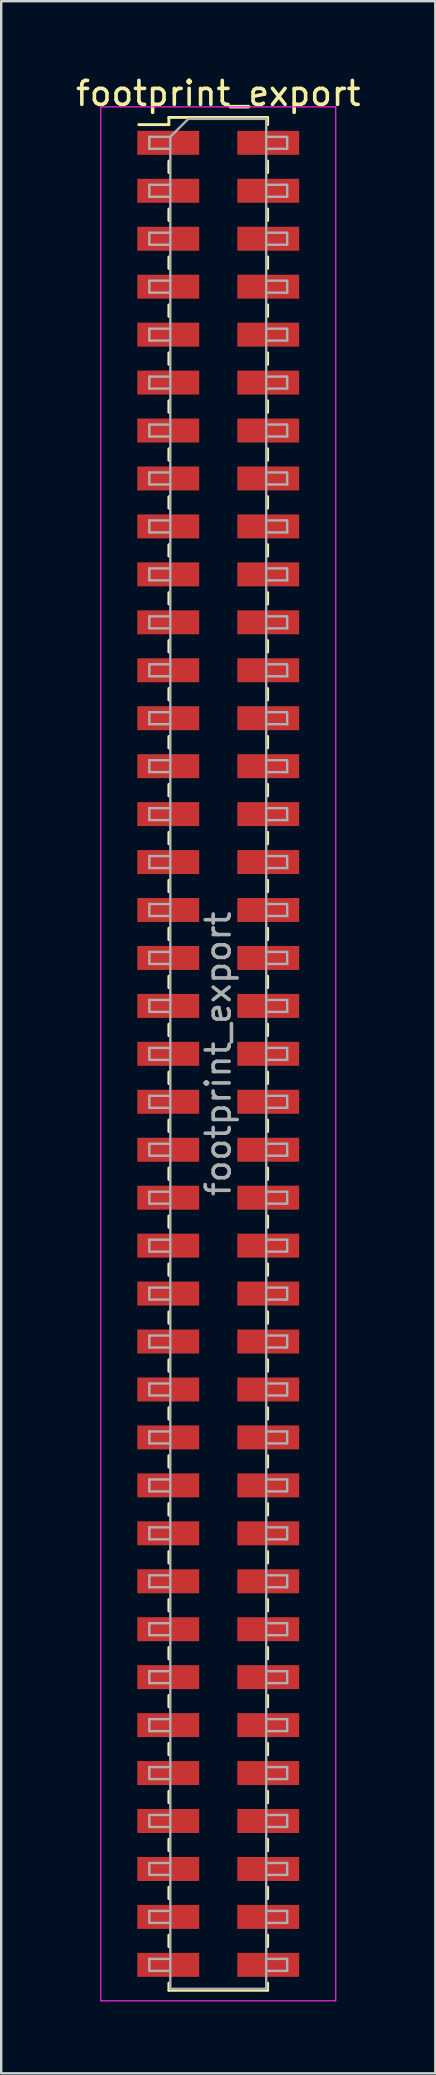
<source format=kicad_pcb>
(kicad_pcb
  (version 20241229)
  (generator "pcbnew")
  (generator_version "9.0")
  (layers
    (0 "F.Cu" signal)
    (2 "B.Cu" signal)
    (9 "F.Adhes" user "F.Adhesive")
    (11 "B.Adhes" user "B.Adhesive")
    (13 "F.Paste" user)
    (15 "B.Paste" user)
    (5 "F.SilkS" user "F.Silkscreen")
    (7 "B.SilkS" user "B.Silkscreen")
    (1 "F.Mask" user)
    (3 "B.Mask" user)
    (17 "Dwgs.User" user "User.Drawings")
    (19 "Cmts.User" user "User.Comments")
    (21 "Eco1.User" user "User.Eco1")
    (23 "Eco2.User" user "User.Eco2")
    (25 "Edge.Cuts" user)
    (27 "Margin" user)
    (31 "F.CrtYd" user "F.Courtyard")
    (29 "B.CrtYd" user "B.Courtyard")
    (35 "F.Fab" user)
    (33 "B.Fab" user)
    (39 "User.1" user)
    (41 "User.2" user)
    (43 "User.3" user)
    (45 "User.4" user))
  (footprint "footprint_export"
    (layer "F.Cu")
    (at 6.054 40.908)
    (property "Reference" "footprint_export" (at 0 -40.06 0) (layer "F.SilkS") (effects (font (size 1 1) (thickness 0.15))))
    (attr smd)
    (fp_line (start -3.315 -38.76) (end -2.06 -38.76) (stroke (width 0.12) (type solid)) (layer "F.SilkS"))
    (fp_line (start -2.06 -39.06) (end -2.06 -38.76) (stroke (width 0.12) (type solid)) (layer "F.SilkS"))
    (fp_line (start -2.06 -39.06) (end 2.06 -39.06) (stroke (width 0.12) (type solid)) (layer "F.SilkS"))
    (fp_line (start -2.06 -37.24) (end -2.06 -36.76) (stroke (width 0.12) (type solid)) (layer "F.SilkS"))
    (fp_line (start -2.06 -35.24) (end -2.06 -34.76) (stroke (width 0.12) (type solid)) (layer "F.SilkS"))
    (fp_line (start -2.06 -33.24) (end -2.06 -32.76) (stroke (width 0.12) (type solid)) (layer "F.SilkS"))
    (fp_line (start -2.06 -31.24) (end -2.06 -30.76) (stroke (width 0.12) (type solid)) (layer "F.SilkS"))
    (fp_line (start -2.06 -29.24) (end -2.06 -28.76) (stroke (width 0.12) (type solid)) (layer "F.SilkS"))
    (fp_line (start -2.06 -27.24) (end -2.06 -26.76) (stroke (width 0.12) (type solid)) (layer "F.SilkS"))
    (fp_line (start -2.06 -25.24) (end -2.06 -24.76) (stroke (width 0.12) (type solid)) (layer "F.SilkS"))
    (fp_line (start -2.06 -23.24) (end -2.06 -22.76) (stroke (width 0.12) (type solid)) (layer "F.SilkS"))
    (fp_line (start -2.06 -21.24) (end -2.06 -20.76) (stroke (width 0.12) (type solid)) (layer "F.SilkS"))
    (fp_line (start -2.06 -19.24) (end -2.06 -18.76) (stroke (width 0.12) (type solid)) (layer "F.SilkS"))
    (fp_line (start -2.06 -17.24) (end -2.06 -16.76) (stroke (width 0.12) (type solid)) (layer "F.SilkS"))
    (fp_line (start -2.06 -15.24) (end -2.06 -14.76) (stroke (width 0.12) (type solid)) (layer "F.SilkS"))
    (fp_line (start -2.06 -13.24) (end -2.06 -12.76) (stroke (width 0.12) (type solid)) (layer "F.SilkS"))
    (fp_line (start -2.06 -11.24) (end -2.06 -10.76) (stroke (width 0.12) (type solid)) (layer "F.SilkS"))
    (fp_line (start -2.06 -9.24) (end -2.06 -8.76) (stroke (width 0.12) (type solid)) (layer "F.SilkS"))
    (fp_line (start -2.06 -7.24) (end -2.06 -6.76) (stroke (width 0.12) (type solid)) (layer "F.SilkS"))
    (fp_line (start -2.06 -5.24) (end -2.06 -4.76) (stroke (width 0.12) (type solid)) (layer "F.SilkS"))
    (fp_line (start -2.06 -3.24) (end -2.06 -2.76) (stroke (width 0.12) (type solid)) (layer "F.SilkS"))
    (fp_line (start -2.06 -1.24) (end -2.06 -0.76) (stroke (width 0.12) (type solid)) (layer "F.SilkS"))
    (fp_line (start -2.06 0.76) (end -2.06 1.24) (stroke (width 0.12) (type solid)) (layer "F.SilkS"))
    (fp_line (start -2.06 2.76) (end -2.06 3.24) (stroke (width 0.12) (type solid)) (layer "F.SilkS"))
    (fp_line (start -2.06 4.76) (end -2.06 5.24) (stroke (width 0.12) (type solid)) (layer "F.SilkS"))
    (fp_line (start -2.06 6.76) (end -2.06 7.24) (stroke (width 0.12) (type solid)) (layer "F.SilkS"))
    (fp_line (start -2.06 8.76) (end -2.06 9.24) (stroke (width 0.12) (type solid)) (layer "F.SilkS"))
    (fp_line (start -2.06 10.76) (end -2.06 11.24) (stroke (width 0.12) (type solid)) (layer "F.SilkS"))
    (fp_line (start -2.06 12.76) (end -2.06 13.24) (stroke (width 0.12) (type solid)) (layer "F.SilkS"))
    (fp_line (start -2.06 14.76) (end -2.06 15.24) (stroke (width 0.12) (type solid)) (layer "F.SilkS"))
    (fp_line (start -2.06 16.76) (end -2.06 17.24) (stroke (width 0.12) (type solid)) (layer "F.SilkS"))
    (fp_line (start -2.06 18.76) (end -2.06 19.24) (stroke (width 0.12) (type solid)) (layer "F.SilkS"))
    (fp_line (start -2.06 20.76) (end -2.06 21.24) (stroke (width 0.12) (type solid)) (layer "F.SilkS"))
    (fp_line (start -2.06 22.76) (end -2.06 23.24) (stroke (width 0.12) (type solid)) (layer "F.SilkS"))
    (fp_line (start -2.06 24.76) (end -2.06 25.24) (stroke (width 0.12) (type solid)) (layer "F.SilkS"))
    (fp_line (start -2.06 26.76) (end -2.06 27.24) (stroke (width 0.12) (type solid)) (layer "F.SilkS"))
    (fp_line (start -2.06 28.76) (end -2.06 29.24) (stroke (width 0.12) (type solid)) (layer "F.SilkS"))
    (fp_line (start -2.06 30.76) (end -2.06 31.24) (stroke (width 0.12) (type solid)) (layer "F.SilkS"))
    (fp_line (start -2.06 32.76) (end -2.06 33.24) (stroke (width 0.12) (type solid)) (layer "F.SilkS"))
    (fp_line (start -2.06 34.76) (end -2.06 35.24) (stroke (width 0.12) (type solid)) (layer "F.SilkS"))
    (fp_line (start -2.06 36.76) (end -2.06 37.24) (stroke (width 0.12) (type solid)) (layer "F.SilkS"))
    (fp_line (start -2.06 38.76) (end -2.06 39.06) (stroke (width 0.12) (type solid)) (layer "F.SilkS"))
    (fp_line (start -2.06 39.06) (end 2.06 39.06) (stroke (width 0.12) (type solid)) (layer "F.SilkS"))
    (fp_line (start 2.06 -39.06) (end 2.06 -38.76) (stroke (width 0.12) (type solid)) (layer "F.SilkS"))
    (fp_line (start 2.06 -37.24) (end 2.06 -36.76) (stroke (width 0.12) (type solid)) (layer "F.SilkS"))
    (fp_line (start 2.06 -35.24) (end 2.06 -34.76) (stroke (width 0.12) (type solid)) (layer "F.SilkS"))
    (fp_line (start 2.06 -33.24) (end 2.06 -32.76) (stroke (width 0.12) (type solid)) (layer "F.SilkS"))
    (fp_line (start 2.06 -31.24) (end 2.06 -30.76) (stroke (width 0.12) (type solid)) (layer "F.SilkS"))
    (fp_line (start 2.06 -29.24) (end 2.06 -28.76) (stroke (width 0.12) (type solid)) (layer "F.SilkS"))
    (fp_line (start 2.06 -27.24) (end 2.06 -26.76) (stroke (width 0.12) (type solid)) (layer "F.SilkS"))
    (fp_line (start 2.06 -25.24) (end 2.06 -24.76) (stroke (width 0.12) (type solid)) (layer "F.SilkS"))
    (fp_line (start 2.06 -23.24) (end 2.06 -22.76) (stroke (width 0.12) (type solid)) (layer "F.SilkS"))
    (fp_line (start 2.06 -21.24) (end 2.06 -20.76) (stroke (width 0.12) (type solid)) (layer "F.SilkS"))
    (fp_line (start 2.06 -19.24) (end 2.06 -18.76) (stroke (width 0.12) (type solid)) (layer "F.SilkS"))
    (fp_line (start 2.06 -17.24) (end 2.06 -16.76) (stroke (width 0.12) (type solid)) (layer "F.SilkS"))
    (fp_line (start 2.06 -15.24) (end 2.06 -14.76) (stroke (width 0.12) (type solid)) (layer "F.SilkS"))
    (fp_line (start 2.06 -13.24) (end 2.06 -12.76) (stroke (width 0.12) (type solid)) (layer "F.SilkS"))
    (fp_line (start 2.06 -11.24) (end 2.06 -10.76) (stroke (width 0.12) (type solid)) (layer "F.SilkS"))
    (fp_line (start 2.06 -9.24) (end 2.06 -8.76) (stroke (width 0.12) (type solid)) (layer "F.SilkS"))
    (fp_line (start 2.06 -7.24) (end 2.06 -6.76) (stroke (width 0.12) (type solid)) (layer "F.SilkS"))
    (fp_line (start 2.06 -5.24) (end 2.06 -4.76) (stroke (width 0.12) (type solid)) (layer "F.SilkS"))
    (fp_line (start 2.06 -3.24) (end 2.06 -2.76) (stroke (width 0.12) (type solid)) (layer "F.SilkS"))
    (fp_line (start 2.06 -1.24) (end 2.06 -0.76) (stroke (width 0.12) (type solid)) (layer "F.SilkS"))
    (fp_line (start 2.06 0.76) (end 2.06 1.24) (stroke (width 0.12) (type solid)) (layer "F.SilkS"))
    (fp_line (start 2.06 2.76) (end 2.06 3.24) (stroke (width 0.12) (type solid)) (layer "F.SilkS"))
    (fp_line (start 2.06 4.76) (end 2.06 5.24) (stroke (width 0.12) (type solid)) (layer "F.SilkS"))
    (fp_line (start 2.06 6.76) (end 2.06 7.24) (stroke (width 0.12) (type solid)) (layer "F.SilkS"))
    (fp_line (start 2.06 8.76) (end 2.06 9.24) (stroke (width 0.12) (type solid)) (layer "F.SilkS"))
    (fp_line (start 2.06 10.76) (end 2.06 11.24) (stroke (width 0.12) (type solid)) (layer "F.SilkS"))
    (fp_line (start 2.06 12.76) (end 2.06 13.24) (stroke (width 0.12) (type solid)) (layer "F.SilkS"))
    (fp_line (start 2.06 14.76) (end 2.06 15.24) (stroke (width 0.12) (type solid)) (layer "F.SilkS"))
    (fp_line (start 2.06 16.76) (end 2.06 17.24) (stroke (width 0.12) (type solid)) (layer "F.SilkS"))
    (fp_line (start 2.06 18.76) (end 2.06 19.24) (stroke (width 0.12) (type solid)) (layer "F.SilkS"))
    (fp_line (start 2.06 20.76) (end 2.06 21.24) (stroke (width 0.12) (type solid)) (layer "F.SilkS"))
    (fp_line (start 2.06 22.76) (end 2.06 23.24) (stroke (width 0.12) (type solid)) (layer "F.SilkS"))
    (fp_line (start 2.06 24.76) (end 2.06 25.24) (stroke (width 0.12) (type solid)) (layer "F.SilkS"))
    (fp_line (start 2.06 26.76) (end 2.06 27.24) (stroke (width 0.12) (type solid)) (layer "F.SilkS"))
    (fp_line (start 2.06 28.76) (end 2.06 29.24) (stroke (width 0.12) (type solid)) (layer "F.SilkS"))
    (fp_line (start 2.06 30.76) (end 2.06 31.24) (stroke (width 0.12) (type solid)) (layer "F.SilkS"))
    (fp_line (start 2.06 32.76) (end 2.06 33.24) (stroke (width 0.12) (type solid)) (layer "F.SilkS"))
    (fp_line (start 2.06 34.76) (end 2.06 35.24) (stroke (width 0.12) (type solid)) (layer "F.SilkS"))
    (fp_line (start 2.06 36.76) (end 2.06 37.24) (stroke (width 0.12) (type solid)) (layer "F.SilkS"))
    (fp_line (start 2.06 38.76) (end 2.06 39.06) (stroke (width 0.12) (type solid)) (layer "F.SilkS"))
    (fp_line (start -4.9 -39.5) (end -4.9 39.5) (stroke (width 0.05) (type solid)) (layer "F.CrtYd"))
    (fp_line (start -4.9 39.5) (end 4.9 39.5) (stroke (width 0.05) (type solid)) (layer "F.CrtYd"))
    (fp_line (start 4.9 -39.5) (end -4.9 -39.5) (stroke (width 0.05) (type solid)) (layer "F.CrtYd"))
    (fp_line (start 4.9 39.5) (end 4.9 -39.5) (stroke (width 0.05) (type solid)) (layer "F.CrtYd"))
    (fp_line (start -2.875 -38.25) (end -2.875 -37.75) (stroke (width 0.1) (type solid)) (layer "F.Fab"))
    (fp_line (start -2.875 -37.75) (end -2 -37.75) (stroke (width 0.1) (type solid)) (layer "F.Fab"))
    (fp_line (start -2.875 -36.25) (end -2.875 -35.75) (stroke (width 0.1) (type solid)) (layer "F.Fab"))
    (fp_line (start -2.875 -35.75) (end -2 -35.75) (stroke (width 0.1) (type solid)) (layer "F.Fab"))
    (fp_line (start -2.875 -34.25) (end -2.875 -33.75) (stroke (width 0.1) (type solid)) (layer "F.Fab"))
    (fp_line (start -2.875 -33.75) (end -2 -33.75) (stroke (width 0.1) (type solid)) (layer "F.Fab"))
    (fp_line (start -2.875 -32.25) (end -2.875 -31.75) (stroke (width 0.1) (type solid)) (layer "F.Fab"))
    (fp_line (start -2.875 -31.75) (end -2 -31.75) (stroke (width 0.1) (type solid)) (layer "F.Fab"))
    (fp_line (start -2.875 -30.25) (end -2.875 -29.75) (stroke (width 0.1) (type solid)) (layer "F.Fab"))
    (fp_line (start -2.875 -29.75) (end -2 -29.75) (stroke (width 0.1) (type solid)) (layer "F.Fab"))
    (fp_line (start -2.875 -28.25) (end -2.875 -27.75) (stroke (width 0.1) (type solid)) (layer "F.Fab"))
    (fp_line (start -2.875 -27.75) (end -2 -27.75) (stroke (width 0.1) (type solid)) (layer "F.Fab"))
    (fp_line (start -2.875 -26.25) (end -2.875 -25.75) (stroke (width 0.1) (type solid)) (layer "F.Fab"))
    (fp_line (start -2.875 -25.75) (end -2 -25.75) (stroke (width 0.1) (type solid)) (layer "F.Fab"))
    (fp_line (start -2.875 -24.25) (end -2.875 -23.75) (stroke (width 0.1) (type solid)) (layer "F.Fab"))
    (fp_line (start -2.875 -23.75) (end -2 -23.75) (stroke (width 0.1) (type solid)) (layer "F.Fab"))
    (fp_line (start -2.875 -22.25) (end -2.875 -21.75) (stroke (width 0.1) (type solid)) (layer "F.Fab"))
    (fp_line (start -2.875 -21.75) (end -2 -21.75) (stroke (width 0.1) (type solid)) (layer "F.Fab"))
    (fp_line (start -2.875 -20.25) (end -2.875 -19.75) (stroke (width 0.1) (type solid)) (layer "F.Fab"))
    (fp_line (start -2.875 -19.75) (end -2 -19.75) (stroke (width 0.1) (type solid)) (layer "F.Fab"))
    (fp_line (start -2.875 -18.25) (end -2.875 -17.75) (stroke (width 0.1) (type solid)) (layer "F.Fab"))
    (fp_line (start -2.875 -17.75) (end -2 -17.75) (stroke (width 0.1) (type solid)) (layer "F.Fab"))
    (fp_line (start -2.875 -16.25) (end -2.875 -15.75) (stroke (width 0.1) (type solid)) (layer "F.Fab"))
    (fp_line (start -2.875 -15.75) (end -2 -15.75) (stroke (width 0.1) (type solid)) (layer "F.Fab"))
    (fp_line (start -2.875 -14.25) (end -2.875 -13.75) (stroke (width 0.1) (type solid)) (layer "F.Fab"))
    (fp_line (start -2.875 -13.75) (end -2 -13.75) (stroke (width 0.1) (type solid)) (layer "F.Fab"))
    (fp_line (start -2.875 -12.25) (end -2.875 -11.75) (stroke (width 0.1) (type solid)) (layer "F.Fab"))
    (fp_line (start -2.875 -11.75) (end -2 -11.75) (stroke (width 0.1) (type solid)) (layer "F.Fab"))
    (fp_line (start -2.875 -10.25) (end -2.875 -9.75) (stroke (width 0.1) (type solid)) (layer "F.Fab"))
    (fp_line (start -2.875 -9.75) (end -2 -9.75) (stroke (width 0.1) (type solid)) (layer "F.Fab"))
    (fp_line (start -2.875 -8.25) (end -2.875 -7.75) (stroke (width 0.1) (type solid)) (layer "F.Fab"))
    (fp_line (start -2.875 -7.75) (end -2 -7.75) (stroke (width 0.1) (type solid)) (layer "F.Fab"))
    (fp_line (start -2.875 -6.25) (end -2.875 -5.75) (stroke (width 0.1) (type solid)) (layer "F.Fab"))
    (fp_line (start -2.875 -5.75) (end -2 -5.75) (stroke (width 0.1) (type solid)) (layer "F.Fab"))
    (fp_line (start -2.875 -4.25) (end -2.875 -3.75) (stroke (width 0.1) (type solid)) (layer "F.Fab"))
    (fp_line (start -2.875 -3.75) (end -2 -3.75) (stroke (width 0.1) (type solid)) (layer "F.Fab"))
    (fp_line (start -2.875 -2.25) (end -2.875 -1.75) (stroke (width 0.1) (type solid)) (layer "F.Fab"))
    (fp_line (start -2.875 -1.75) (end -2 -1.75) (stroke (width 0.1) (type solid)) (layer "F.Fab"))
    (fp_line (start -2.875 -0.25) (end -2.875 0.25) (stroke (width 0.1) (type solid)) (layer "F.Fab"))
    (fp_line (start -2.875 0.25) (end -2 0.25) (stroke (width 0.1) (type solid)) (layer "F.Fab"))
    (fp_line (start -2.875 1.75) (end -2.875 2.25) (stroke (width 0.1) (type solid)) (layer "F.Fab"))
    (fp_line (start -2.875 2.25) (end -2 2.25) (stroke (width 0.1) (type solid)) (layer "F.Fab"))
    (fp_line (start -2.875 3.75) (end -2.875 4.25) (stroke (width 0.1) (type solid)) (layer "F.Fab"))
    (fp_line (start -2.875 4.25) (end -2 4.25) (stroke (width 0.1) (type solid)) (layer "F.Fab"))
    (fp_line (start -2.875 5.75) (end -2.875 6.25) (stroke (width 0.1) (type solid)) (layer "F.Fab"))
    (fp_line (start -2.875 6.25) (end -2 6.25) (stroke (width 0.1) (type solid)) (layer "F.Fab"))
    (fp_line (start -2.875 7.75) (end -2.875 8.25) (stroke (width 0.1) (type solid)) (layer "F.Fab"))
    (fp_line (start -2.875 8.25) (end -2 8.25) (stroke (width 0.1) (type solid)) (layer "F.Fab"))
    (fp_line (start -2.875 9.75) (end -2.875 10.25) (stroke (width 0.1) (type solid)) (layer "F.Fab"))
    (fp_line (start -2.875 10.25) (end -2 10.25) (stroke (width 0.1) (type solid)) (layer "F.Fab"))
    (fp_line (start -2.875 11.75) (end -2.875 12.25) (stroke (width 0.1) (type solid)) (layer "F.Fab"))
    (fp_line (start -2.875 12.25) (end -2 12.25) (stroke (width 0.1) (type solid)) (layer "F.Fab"))
    (fp_line (start -2.875 13.75) (end -2.875 14.25) (stroke (width 0.1) (type solid)) (layer "F.Fab"))
    (fp_line (start -2.875 14.25) (end -2 14.25) (stroke (width 0.1) (type solid)) (layer "F.Fab"))
    (fp_line (start -2.875 15.75) (end -2.875 16.25) (stroke (width 0.1) (type solid)) (layer "F.Fab"))
    (fp_line (start -2.875 16.25) (end -2 16.25) (stroke (width 0.1) (type solid)) (layer "F.Fab"))
    (fp_line (start -2.875 17.75) (end -2.875 18.25) (stroke (width 0.1) (type solid)) (layer "F.Fab"))
    (fp_line (start -2.875 18.25) (end -2 18.25) (stroke (width 0.1) (type solid)) (layer "F.Fab"))
    (fp_line (start -2.875 19.75) (end -2.875 20.25) (stroke (width 0.1) (type solid)) (layer "F.Fab"))
    (fp_line (start -2.875 20.25) (end -2 20.25) (stroke (width 0.1) (type solid)) (layer "F.Fab"))
    (fp_line (start -2.875 21.75) (end -2.875 22.25) (stroke (width 0.1) (type solid)) (layer "F.Fab"))
    (fp_line (start -2.875 22.25) (end -2 22.25) (stroke (width 0.1) (type solid)) (layer "F.Fab"))
    (fp_line (start -2.875 23.75) (end -2.875 24.25) (stroke (width 0.1) (type solid)) (layer "F.Fab"))
    (fp_line (start -2.875 24.25) (end -2 24.25) (stroke (width 0.1) (type solid)) (layer "F.Fab"))
    (fp_line (start -2.875 25.75) (end -2.875 26.25) (stroke (width 0.1) (type solid)) (layer "F.Fab"))
    (fp_line (start -2.875 26.25) (end -2 26.25) (stroke (width 0.1) (type solid)) (layer "F.Fab"))
    (fp_line (start -2.875 27.75) (end -2.875 28.25) (stroke (width 0.1) (type solid)) (layer "F.Fab"))
    (fp_line (start -2.875 28.25) (end -2 28.25) (stroke (width 0.1) (type solid)) (layer "F.Fab"))
    (fp_line (start -2.875 29.75) (end -2.875 30.25) (stroke (width 0.1) (type solid)) (layer "F.Fab"))
    (fp_line (start -2.875 30.25) (end -2 30.25) (stroke (width 0.1) (type solid)) (layer "F.Fab"))
    (fp_line (start -2.875 31.75) (end -2.875 32.25) (stroke (width 0.1) (type solid)) (layer "F.Fab"))
    (fp_line (start -2.875 32.25) (end -2 32.25) (stroke (width 0.1) (type solid)) (layer "F.Fab"))
    (fp_line (start -2.875 33.75) (end -2.875 34.25) (stroke (width 0.1) (type solid)) (layer "F.Fab"))
    (fp_line (start -2.875 34.25) (end -2 34.25) (stroke (width 0.1) (type solid)) (layer "F.Fab"))
    (fp_line (start -2.875 35.75) (end -2.875 36.25) (stroke (width 0.1) (type solid)) (layer "F.Fab"))
    (fp_line (start -2.875 36.25) (end -2 36.25) (stroke (width 0.1) (type solid)) (layer "F.Fab"))
    (fp_line (start -2.875 37.75) (end -2.875 38.25) (stroke (width 0.1) (type solid)) (layer "F.Fab"))
    (fp_line (start -2.875 38.25) (end -2 38.25) (stroke (width 0.1) (type solid)) (layer "F.Fab"))
    (fp_line (start -2 -38.25) (end -2.875 -38.25) (stroke (width 0.1) (type solid)) (layer "F.Fab"))
    (fp_line (start -2 -38.25) (end -1.25 -39) (stroke (width 0.1) (type solid)) (layer "F.Fab"))
    (fp_line (start -2 -36.25) (end -2.875 -36.25) (stroke (width 0.1) (type solid)) (layer "F.Fab"))
    (fp_line (start -2 -34.25) (end -2.875 -34.25) (stroke (width 0.1) (type solid)) (layer "F.Fab"))
    (fp_line (start -2 -32.25) (end -2.875 -32.25) (stroke (width 0.1) (type solid)) (layer "F.Fab"))
    (fp_line (start -2 -30.25) (end -2.875 -30.25) (stroke (width 0.1) (type solid)) (layer "F.Fab"))
    (fp_line (start -2 -28.25) (end -2.875 -28.25) (stroke (width 0.1) (type solid)) (layer "F.Fab"))
    (fp_line (start -2 -26.25) (end -2.875 -26.25) (stroke (width 0.1) (type solid)) (layer "F.Fab"))
    (fp_line (start -2 -24.25) (end -2.875 -24.25) (stroke (width 0.1) (type solid)) (layer "F.Fab"))
    (fp_line (start -2 -22.25) (end -2.875 -22.25) (stroke (width 0.1) (type solid)) (layer "F.Fab"))
    (fp_line (start -2 -20.25) (end -2.875 -20.25) (stroke (width 0.1) (type solid)) (layer "F.Fab"))
    (fp_line (start -2 -18.25) (end -2.875 -18.25) (stroke (width 0.1) (type solid)) (layer "F.Fab"))
    (fp_line (start -2 -16.25) (end -2.875 -16.25) (stroke (width 0.1) (type solid)) (layer "F.Fab"))
    (fp_line (start -2 -14.25) (end -2.875 -14.25) (stroke (width 0.1) (type solid)) (layer "F.Fab"))
    (fp_line (start -2 -12.25) (end -2.875 -12.25) (stroke (width 0.1) (type solid)) (layer "F.Fab"))
    (fp_line (start -2 -10.25) (end -2.875 -10.25) (stroke (width 0.1) (type solid)) (layer "F.Fab"))
    (fp_line (start -2 -8.25) (end -2.875 -8.25) (stroke (width 0.1) (type solid)) (layer "F.Fab"))
    (fp_line (start -2 -6.25) (end -2.875 -6.25) (stroke (width 0.1) (type solid)) (layer "F.Fab"))
    (fp_line (start -2 -4.25) (end -2.875 -4.25) (stroke (width 0.1) (type solid)) (layer "F.Fab"))
    (fp_line (start -2 -2.25) (end -2.875 -2.25) (stroke (width 0.1) (type solid)) (layer "F.Fab"))
    (fp_line (start -2 -0.25) (end -2.875 -0.25) (stroke (width 0.1) (type solid)) (layer "F.Fab"))
    (fp_line (start -2 1.75) (end -2.875 1.75) (stroke (width 0.1) (type solid)) (layer "F.Fab"))
    (fp_line (start -2 3.75) (end -2.875 3.75) (stroke (width 0.1) (type solid)) (layer "F.Fab"))
    (fp_line (start -2 5.75) (end -2.875 5.75) (stroke (width 0.1) (type solid)) (layer "F.Fab"))
    (fp_line (start -2 7.75) (end -2.875 7.75) (stroke (width 0.1) (type solid)) (layer "F.Fab"))
    (fp_line (start -2 9.75) (end -2.875 9.75) (stroke (width 0.1) (type solid)) (layer "F.Fab"))
    (fp_line (start -2 11.75) (end -2.875 11.75) (stroke (width 0.1) (type solid)) (layer "F.Fab"))
    (fp_line (start -2 13.75) (end -2.875 13.75) (stroke (width 0.1) (type solid)) (layer "F.Fab"))
    (fp_line (start -2 15.75) (end -2.875 15.75) (stroke (width 0.1) (type solid)) (layer "F.Fab"))
    (fp_line (start -2 17.75) (end -2.875 17.75) (stroke (width 0.1) (type solid)) (layer "F.Fab"))
    (fp_line (start -2 19.75) (end -2.875 19.75) (stroke (width 0.1) (type solid)) (layer "F.Fab"))
    (fp_line (start -2 21.75) (end -2.875 21.75) (stroke (width 0.1) (type solid)) (layer "F.Fab"))
    (fp_line (start -2 23.75) (end -2.875 23.75) (stroke (width 0.1) (type solid)) (layer "F.Fab"))
    (fp_line (start -2 25.75) (end -2.875 25.75) (stroke (width 0.1) (type solid)) (layer "F.Fab"))
    (fp_line (start -2 27.75) (end -2.875 27.75) (stroke (width 0.1) (type solid)) (layer "F.Fab"))
    (fp_line (start -2 29.75) (end -2.875 29.75) (stroke (width 0.1) (type solid)) (layer "F.Fab"))
    (fp_line (start -2 31.75) (end -2.875 31.75) (stroke (width 0.1) (type solid)) (layer "F.Fab"))
    (fp_line (start -2 33.75) (end -2.875 33.75) (stroke (width 0.1) (type solid)) (layer "F.Fab"))
    (fp_line (start -2 35.75) (end -2.875 35.75) (stroke (width 0.1) (type solid)) (layer "F.Fab"))
    (fp_line (start -2 37.75) (end -2.875 37.75) (stroke (width 0.1) (type solid)) (layer "F.Fab"))
    (fp_line (start -2 39) (end -2 -38.25) (stroke (width 0.1) (type solid)) (layer "F.Fab"))
    (fp_line (start -1.25 -39) (end 2 -39) (stroke (width 0.1) (type solid)) (layer "F.Fab"))
    (fp_line (start 2 -39) (end 2 39) (stroke (width 0.1) (type solid)) (layer "F.Fab"))
    (fp_line (start 2 -38.25) (end 2.875 -38.25) (stroke (width 0.1) (type solid)) (layer "F.Fab"))
    (fp_line (start 2 -36.25) (end 2.875 -36.25) (stroke (width 0.1) (type solid)) (layer "F.Fab"))
    (fp_line (start 2 -34.25) (end 2.875 -34.25) (stroke (width 0.1) (type solid)) (layer "F.Fab"))
    (fp_line (start 2 -32.25) (end 2.875 -32.25) (stroke (width 0.1) (type solid)) (layer "F.Fab"))
    (fp_line (start 2 -30.25) (end 2.875 -30.25) (stroke (width 0.1) (type solid)) (layer "F.Fab"))
    (fp_line (start 2 -28.25) (end 2.875 -28.25) (stroke (width 0.1) (type solid)) (layer "F.Fab"))
    (fp_line (start 2 -26.25) (end 2.875 -26.25) (stroke (width 0.1) (type solid)) (layer "F.Fab"))
    (fp_line (start 2 -24.25) (end 2.875 -24.25) (stroke (width 0.1) (type solid)) (layer "F.Fab"))
    (fp_line (start 2 -22.25) (end 2.875 -22.25) (stroke (width 0.1) (type solid)) (layer "F.Fab"))
    (fp_line (start 2 -20.25) (end 2.875 -20.25) (stroke (width 0.1) (type solid)) (layer "F.Fab"))
    (fp_line (start 2 -18.25) (end 2.875 -18.25) (stroke (width 0.1) (type solid)) (layer "F.Fab"))
    (fp_line (start 2 -16.25) (end 2.875 -16.25) (stroke (width 0.1) (type solid)) (layer "F.Fab"))
    (fp_line (start 2 -14.25) (end 2.875 -14.25) (stroke (width 0.1) (type solid)) (layer "F.Fab"))
    (fp_line (start 2 -12.25) (end 2.875 -12.25) (stroke (width 0.1) (type solid)) (layer "F.Fab"))
    (fp_line (start 2 -10.25) (end 2.875 -10.25) (stroke (width 0.1) (type solid)) (layer "F.Fab"))
    (fp_line (start 2 -8.25) (end 2.875 -8.25) (stroke (width 0.1) (type solid)) (layer "F.Fab"))
    (fp_line (start 2 -6.25) (end 2.875 -6.25) (stroke (width 0.1) (type solid)) (layer "F.Fab"))
    (fp_line (start 2 -4.25) (end 2.875 -4.25) (stroke (width 0.1) (type solid)) (layer "F.Fab"))
    (fp_line (start 2 -2.25) (end 2.875 -2.25) (stroke (width 0.1) (type solid)) (layer "F.Fab"))
    (fp_line (start 2 -0.25) (end 2.875 -0.25) (stroke (width 0.1) (type solid)) (layer "F.Fab"))
    (fp_line (start 2 1.75) (end 2.875 1.75) (stroke (width 0.1) (type solid)) (layer "F.Fab"))
    (fp_line (start 2 3.75) (end 2.875 3.75) (stroke (width 0.1) (type solid)) (layer "F.Fab"))
    (fp_line (start 2 5.75) (end 2.875 5.75) (stroke (width 0.1) (type solid)) (layer "F.Fab"))
    (fp_line (start 2 7.75) (end 2.875 7.75) (stroke (width 0.1) (type solid)) (layer "F.Fab"))
    (fp_line (start 2 9.75) (end 2.875 9.75) (stroke (width 0.1) (type solid)) (layer "F.Fab"))
    (fp_line (start 2 11.75) (end 2.875 11.75) (stroke (width 0.1) (type solid)) (layer "F.Fab"))
    (fp_line (start 2 13.75) (end 2.875 13.75) (stroke (width 0.1) (type solid)) (layer "F.Fab"))
    (fp_line (start 2 15.75) (end 2.875 15.75) (stroke (width 0.1) (type solid)) (layer "F.Fab"))
    (fp_line (start 2 17.75) (end 2.875 17.75) (stroke (width 0.1) (type solid)) (layer "F.Fab"))
    (fp_line (start 2 19.75) (end 2.875 19.75) (stroke (width 0.1) (type solid)) (layer "F.Fab"))
    (fp_line (start 2 21.75) (end 2.875 21.75) (stroke (width 0.1) (type solid)) (layer "F.Fab"))
    (fp_line (start 2 23.75) (end 2.875 23.75) (stroke (width 0.1) (type solid)) (layer "F.Fab"))
    (fp_line (start 2 25.75) (end 2.875 25.75) (stroke (width 0.1) (type solid)) (layer "F.Fab"))
    (fp_line (start 2 27.75) (end 2.875 27.75) (stroke (width 0.1) (type solid)) (layer "F.Fab"))
    (fp_line (start 2 29.75) (end 2.875 29.75) (stroke (width 0.1) (type solid)) (layer "F.Fab"))
    (fp_line (start 2 31.75) (end 2.875 31.75) (stroke (width 0.1) (type solid)) (layer "F.Fab"))
    (fp_line (start 2 33.75) (end 2.875 33.75) (stroke (width 0.1) (type solid)) (layer "F.Fab"))
    (fp_line (start 2 35.75) (end 2.875 35.75) (stroke (width 0.1) (type solid)) (layer "F.Fab"))
    (fp_line (start 2 37.75) (end 2.875 37.75) (stroke (width 0.1) (type solid)) (layer "F.Fab"))
    (fp_line (start 2 39) (end -2 39) (stroke (width 0.1) (type solid)) (layer "F.Fab"))
    (fp_line (start 2.875 -38.25) (end 2.875 -37.75) (stroke (width 0.1) (type solid)) (layer "F.Fab"))
    (fp_line (start 2.875 -37.75) (end 2 -37.75) (stroke (width 0.1) (type solid)) (layer "F.Fab"))
    (fp_line (start 2.875 -36.25) (end 2.875 -35.75) (stroke (width 0.1) (type solid)) (layer "F.Fab"))
    (fp_line (start 2.875 -35.75) (end 2 -35.75) (stroke (width 0.1) (type solid)) (layer "F.Fab"))
    (fp_line (start 2.875 -34.25) (end 2.875 -33.75) (stroke (width 0.1) (type solid)) (layer "F.Fab"))
    (fp_line (start 2.875 -33.75) (end 2 -33.75) (stroke (width 0.1) (type solid)) (layer "F.Fab"))
    (fp_line (start 2.875 -32.25) (end 2.875 -31.75) (stroke (width 0.1) (type solid)) (layer "F.Fab"))
    (fp_line (start 2.875 -31.75) (end 2 -31.75) (stroke (width 0.1) (type solid)) (layer "F.Fab"))
    (fp_line (start 2.875 -30.25) (end 2.875 -29.75) (stroke (width 0.1) (type solid)) (layer "F.Fab"))
    (fp_line (start 2.875 -29.75) (end 2 -29.75) (stroke (width 0.1) (type solid)) (layer "F.Fab"))
    (fp_line (start 2.875 -28.25) (end 2.875 -27.75) (stroke (width 0.1) (type solid)) (layer "F.Fab"))
    (fp_line (start 2.875 -27.75) (end 2 -27.75) (stroke (width 0.1) (type solid)) (layer "F.Fab"))
    (fp_line (start 2.875 -26.25) (end 2.875 -25.75) (stroke (width 0.1) (type solid)) (layer "F.Fab"))
    (fp_line (start 2.875 -25.75) (end 2 -25.75) (stroke (width 0.1) (type solid)) (layer "F.Fab"))
    (fp_line (start 2.875 -24.25) (end 2.875 -23.75) (stroke (width 0.1) (type solid)) (layer "F.Fab"))
    (fp_line (start 2.875 -23.75) (end 2 -23.75) (stroke (width 0.1) (type solid)) (layer "F.Fab"))
    (fp_line (start 2.875 -22.25) (end 2.875 -21.75) (stroke (width 0.1) (type solid)) (layer "F.Fab"))
    (fp_line (start 2.875 -21.75) (end 2 -21.75) (stroke (width 0.1) (type solid)) (layer "F.Fab"))
    (fp_line (start 2.875 -20.25) (end 2.875 -19.75) (stroke (width 0.1) (type solid)) (layer "F.Fab"))
    (fp_line (start 2.875 -19.75) (end 2 -19.75) (stroke (width 0.1) (type solid)) (layer "F.Fab"))
    (fp_line (start 2.875 -18.25) (end 2.875 -17.75) (stroke (width 0.1) (type solid)) (layer "F.Fab"))
    (fp_line (start 2.875 -17.75) (end 2 -17.75) (stroke (width 0.1) (type solid)) (layer "F.Fab"))
    (fp_line (start 2.875 -16.25) (end 2.875 -15.75) (stroke (width 0.1) (type solid)) (layer "F.Fab"))
    (fp_line (start 2.875 -15.75) (end 2 -15.75) (stroke (width 0.1) (type solid)) (layer "F.Fab"))
    (fp_line (start 2.875 -14.25) (end 2.875 -13.75) (stroke (width 0.1) (type solid)) (layer "F.Fab"))
    (fp_line (start 2.875 -13.75) (end 2 -13.75) (stroke (width 0.1) (type solid)) (layer "F.Fab"))
    (fp_line (start 2.875 -12.25) (end 2.875 -11.75) (stroke (width 0.1) (type solid)) (layer "F.Fab"))
    (fp_line (start 2.875 -11.75) (end 2 -11.75) (stroke (width 0.1) (type solid)) (layer "F.Fab"))
    (fp_line (start 2.875 -10.25) (end 2.875 -9.75) (stroke (width 0.1) (type solid)) (layer "F.Fab"))
    (fp_line (start 2.875 -9.75) (end 2 -9.75) (stroke (width 0.1) (type solid)) (layer "F.Fab"))
    (fp_line (start 2.875 -8.25) (end 2.875 -7.75) (stroke (width 0.1) (type solid)) (layer "F.Fab"))
    (fp_line (start 2.875 -7.75) (end 2 -7.75) (stroke (width 0.1) (type solid)) (layer "F.Fab"))
    (fp_line (start 2.875 -6.25) (end 2.875 -5.75) (stroke (width 0.1) (type solid)) (layer "F.Fab"))
    (fp_line (start 2.875 -5.75) (end 2 -5.75) (stroke (width 0.1) (type solid)) (layer "F.Fab"))
    (fp_line (start 2.875 -4.25) (end 2.875 -3.75) (stroke (width 0.1) (type solid)) (layer "F.Fab"))
    (fp_line (start 2.875 -3.75) (end 2 -3.75) (stroke (width 0.1) (type solid)) (layer "F.Fab"))
    (fp_line (start 2.875 -2.25) (end 2.875 -1.75) (stroke (width 0.1) (type solid)) (layer "F.Fab"))
    (fp_line (start 2.875 -1.75) (end 2 -1.75) (stroke (width 0.1) (type solid)) (layer "F.Fab"))
    (fp_line (start 2.875 -0.25) (end 2.875 0.25) (stroke (width 0.1) (type solid)) (layer "F.Fab"))
    (fp_line (start 2.875 0.25) (end 2 0.25) (stroke (width 0.1) (type solid)) (layer "F.Fab"))
    (fp_line (start 2.875 1.75) (end 2.875 2.25) (stroke (width 0.1) (type solid)) (layer "F.Fab"))
    (fp_line (start 2.875 2.25) (end 2 2.25) (stroke (width 0.1) (type solid)) (layer "F.Fab"))
    (fp_line (start 2.875 3.75) (end 2.875 4.25) (stroke (width 0.1) (type solid)) (layer "F.Fab"))
    (fp_line (start 2.875 4.25) (end 2 4.25) (stroke (width 0.1) (type solid)) (layer "F.Fab"))
    (fp_line (start 2.875 5.75) (end 2.875 6.25) (stroke (width 0.1) (type solid)) (layer "F.Fab"))
    (fp_line (start 2.875 6.25) (end 2 6.25) (stroke (width 0.1) (type solid)) (layer "F.Fab"))
    (fp_line (start 2.875 7.75) (end 2.875 8.25) (stroke (width 0.1) (type solid)) (layer "F.Fab"))
    (fp_line (start 2.875 8.25) (end 2 8.25) (stroke (width 0.1) (type solid)) (layer "F.Fab"))
    (fp_line (start 2.875 9.75) (end 2.875 10.25) (stroke (width 0.1) (type solid)) (layer "F.Fab"))
    (fp_line (start 2.875 10.25) (end 2 10.25) (stroke (width 0.1) (type solid)) (layer "F.Fab"))
    (fp_line (start 2.875 11.75) (end 2.875 12.25) (stroke (width 0.1) (type solid)) (layer "F.Fab"))
    (fp_line (start 2.875 12.25) (end 2 12.25) (stroke (width 0.1) (type solid)) (layer "F.Fab"))
    (fp_line (start 2.875 13.75) (end 2.875 14.25) (stroke (width 0.1) (type solid)) (layer "F.Fab"))
    (fp_line (start 2.875 14.25) (end 2 14.25) (stroke (width 0.1) (type solid)) (layer "F.Fab"))
    (fp_line (start 2.875 15.75) (end 2.875 16.25) (stroke (width 0.1) (type solid)) (layer "F.Fab"))
    (fp_line (start 2.875 16.25) (end 2 16.25) (stroke (width 0.1) (type solid)) (layer "F.Fab"))
    (fp_line (start 2.875 17.75) (end 2.875 18.25) (stroke (width 0.1) (type solid)) (layer "F.Fab"))
    (fp_line (start 2.875 18.25) (end 2 18.25) (stroke (width 0.1) (type solid)) (layer "F.Fab"))
    (fp_line (start 2.875 19.75) (end 2.875 20.25) (stroke (width 0.1) (type solid)) (layer "F.Fab"))
    (fp_line (start 2.875 20.25) (end 2 20.25) (stroke (width 0.1) (type solid)) (layer "F.Fab"))
    (fp_line (start 2.875 21.75) (end 2.875 22.25) (stroke (width 0.1) (type solid)) (layer "F.Fab"))
    (fp_line (start 2.875 22.25) (end 2 22.25) (stroke (width 0.1) (type solid)) (layer "F.Fab"))
    (fp_line (start 2.875 23.75) (end 2.875 24.25) (stroke (width 0.1) (type solid)) (layer "F.Fab"))
    (fp_line (start 2.875 24.25) (end 2 24.25) (stroke (width 0.1) (type solid)) (layer "F.Fab"))
    (fp_line (start 2.875 25.75) (end 2.875 26.25) (stroke (width 0.1) (type solid)) (layer "F.Fab"))
    (fp_line (start 2.875 26.25) (end 2 26.25) (stroke (width 0.1) (type solid)) (layer "F.Fab"))
    (fp_line (start 2.875 27.75) (end 2.875 28.25) (stroke (width 0.1) (type solid)) (layer "F.Fab"))
    (fp_line (start 2.875 28.25) (end 2 28.25) (stroke (width 0.1) (type solid)) (layer "F.Fab"))
    (fp_line (start 2.875 29.75) (end 2.875 30.25) (stroke (width 0.1) (type solid)) (layer "F.Fab"))
    (fp_line (start 2.875 30.25) (end 2 30.25) (stroke (width 0.1) (type solid)) (layer "F.Fab"))
    (fp_line (start 2.875 31.75) (end 2.875 32.25) (stroke (width 0.1) (type solid)) (layer "F.Fab"))
    (fp_line (start 2.875 32.25) (end 2 32.25) (stroke (width 0.1) (type solid)) (layer "F.Fab"))
    (fp_line (start 2.875 33.75) (end 2.875 34.25) (stroke (width 0.1) (type solid)) (layer "F.Fab"))
    (fp_line (start 2.875 34.25) (end 2 34.25) (stroke (width 0.1) (type solid)) (layer "F.Fab"))
    (fp_line (start 2.875 35.75) (end 2.875 36.25) (stroke (width 0.1) (type solid)) (layer "F.Fab"))
    (fp_line (start 2.875 36.25) (end 2 36.25) (stroke (width 0.1) (type solid)) (layer "F.Fab"))
    (fp_line (start 2.875 37.75) (end 2.875 38.25) (stroke (width 0.1) (type solid)) (layer "F.Fab"))
    (fp_line (start 2.875 38.25) (end 2 38.25) (stroke (width 0.1) (type solid)) (layer "F.Fab"))
    (fp_text user "${REFERENCE}" (at 0 0 90) (layer "F.Fab") (effects (font (size 1 1) (thickness 0.15))))
    (pad "1" smd rect (at -2.085 -38) (size 2.58 1) (layers "F.Cu" "F.Mask" "F.Paste"))
    (pad "2" smd rect (at 2.085 -38) (size 2.58 1) (layers "F.Cu" "F.Mask" "F.Paste"))
    (pad "3" smd rect (at -2.085 -36) (size 2.58 1) (layers "F.Cu" "F.Mask" "F.Paste"))
    (pad "4" smd rect (at 2.085 -36) (size 2.58 1) (layers "F.Cu" "F.Mask" "F.Paste"))
    (pad "5" smd rect (at -2.085 -34) (size 2.58 1) (layers "F.Cu" "F.Mask" "F.Paste"))
    (pad "6" smd rect (at 2.085 -34) (size 2.58 1) (layers "F.Cu" "F.Mask" "F.Paste"))
    (pad "7" smd rect (at -2.085 -32) (size 2.58 1) (layers "F.Cu" "F.Mask" "F.Paste"))
    (pad "8" smd rect (at 2.085 -32) (size 2.58 1) (layers "F.Cu" "F.Mask" "F.Paste"))
    (pad "9" smd rect (at -2.085 -30) (size 2.58 1) (layers "F.Cu" "F.Mask" "F.Paste"))
    (pad "10" smd rect (at 2.085 -30) (size 2.58 1) (layers "F.Cu" "F.Mask" "F.Paste"))
    (pad "11" smd rect (at -2.085 -28) (size 2.58 1) (layers "F.Cu" "F.Mask" "F.Paste"))
    (pad "12" smd rect (at 2.085 -28) (size 2.58 1) (layers "F.Cu" "F.Mask" "F.Paste"))
    (pad "13" smd rect (at -2.085 -26) (size 2.58 1) (layers "F.Cu" "F.Mask" "F.Paste"))
    (pad "14" smd rect (at 2.085 -26) (size 2.58 1) (layers "F.Cu" "F.Mask" "F.Paste"))
    (pad "15" smd rect (at -2.085 -24) (size 2.58 1) (layers "F.Cu" "F.Mask" "F.Paste"))
    (pad "16" smd rect (at 2.085 -24) (size 2.58 1) (layers "F.Cu" "F.Mask" "F.Paste"))
    (pad "17" smd rect (at -2.085 -22) (size 2.58 1) (layers "F.Cu" "F.Mask" "F.Paste"))
    (pad "18" smd rect (at 2.085 -22) (size 2.58 1) (layers "F.Cu" "F.Mask" "F.Paste"))
    (pad "19" smd rect (at -2.085 -20) (size 2.58 1) (layers "F.Cu" "F.Mask" "F.Paste"))
    (pad "20" smd rect (at 2.085 -20) (size 2.58 1) (layers "F.Cu" "F.Mask" "F.Paste"))
    (pad "21" smd rect (at -2.085 -18) (size 2.58 1) (layers "F.Cu" "F.Mask" "F.Paste"))
    (pad "22" smd rect (at 2.085 -18) (size 2.58 1) (layers "F.Cu" "F.Mask" "F.Paste"))
    (pad "23" smd rect (at -2.085 -16) (size 2.58 1) (layers "F.Cu" "F.Mask" "F.Paste"))
    (pad "24" smd rect (at 2.085 -16) (size 2.58 1) (layers "F.Cu" "F.Mask" "F.Paste"))
    (pad "25" smd rect (at -2.085 -14) (size 2.58 1) (layers "F.Cu" "F.Mask" "F.Paste"))
    (pad "26" smd rect (at 2.085 -14) (size 2.58 1) (layers "F.Cu" "F.Mask" "F.Paste"))
    (pad "27" smd rect (at -2.085 -12) (size 2.58 1) (layers "F.Cu" "F.Mask" "F.Paste"))
    (pad "28" smd rect (at 2.085 -12) (size 2.58 1) (layers "F.Cu" "F.Mask" "F.Paste"))
    (pad "29" smd rect (at -2.085 -10) (size 2.58 1) (layers "F.Cu" "F.Mask" "F.Paste"))
    (pad "30" smd rect (at 2.085 -10) (size 2.58 1) (layers "F.Cu" "F.Mask" "F.Paste"))
    (pad "31" smd rect (at -2.085 -8) (size 2.58 1) (layers "F.Cu" "F.Mask" "F.Paste"))
    (pad "32" smd rect (at 2.085 -8) (size 2.58 1) (layers "F.Cu" "F.Mask" "F.Paste"))
    (pad "33" smd rect (at -2.085 -6) (size 2.58 1) (layers "F.Cu" "F.Mask" "F.Paste"))
    (pad "34" smd rect (at 2.085 -6) (size 2.58 1) (layers "F.Cu" "F.Mask" "F.Paste"))
    (pad "35" smd rect (at -2.085 -4) (size 2.58 1) (layers "F.Cu" "F.Mask" "F.Paste"))
    (pad "36" smd rect (at 2.085 -4) (size 2.58 1) (layers "F.Cu" "F.Mask" "F.Paste"))
    (pad "37" smd rect (at -2.085 -2) (size 2.58 1) (layers "F.Cu" "F.Mask" "F.Paste"))
    (pad "38" smd rect (at 2.085 -2) (size 2.58 1) (layers "F.Cu" "F.Mask" "F.Paste"))
    (pad "39" smd rect (at -2.085 0) (size 2.58 1) (layers "F.Cu" "F.Mask" "F.Paste"))
    (pad "40" smd rect (at 2.085 0) (size 2.58 1) (layers "F.Cu" "F.Mask" "F.Paste"))
    (pad "41" smd rect (at -2.085 2) (size 2.58 1) (layers "F.Cu" "F.Mask" "F.Paste"))
    (pad "42" smd rect (at 2.085 2) (size 2.58 1) (layers "F.Cu" "F.Mask" "F.Paste"))
    (pad "43" smd rect (at -2.085 4) (size 2.58 1) (layers "F.Cu" "F.Mask" "F.Paste"))
    (pad "44" smd rect (at 2.085 4) (size 2.58 1) (layers "F.Cu" "F.Mask" "F.Paste"))
    (pad "45" smd rect (at -2.085 6) (size 2.58 1) (layers "F.Cu" "F.Mask" "F.Paste"))
    (pad "46" smd rect (at 2.085 6) (size 2.58 1) (layers "F.Cu" "F.Mask" "F.Paste"))
    (pad "47" smd rect (at -2.085 8) (size 2.58 1) (layers "F.Cu" "F.Mask" "F.Paste"))
    (pad "48" smd rect (at 2.085 8) (size 2.58 1) (layers "F.Cu" "F.Mask" "F.Paste"))
    (pad "49" smd rect (at -2.085 10) (size 2.58 1) (layers "F.Cu" "F.Mask" "F.Paste"))
    (pad "50" smd rect (at 2.085 10) (size 2.58 1) (layers "F.Cu" "F.Mask" "F.Paste"))
    (pad "51" smd rect (at -2.085 12) (size 2.58 1) (layers "F.Cu" "F.Mask" "F.Paste"))
    (pad "52" smd rect (at 2.085 12) (size 2.58 1) (layers "F.Cu" "F.Mask" "F.Paste"))
    (pad "53" smd rect (at -2.085 14) (size 2.58 1) (layers "F.Cu" "F.Mask" "F.Paste"))
    (pad "54" smd rect (at 2.085 14) (size 2.58 1) (layers "F.Cu" "F.Mask" "F.Paste"))
    (pad "55" smd rect (at -2.085 16) (size 2.58 1) (layers "F.Cu" "F.Mask" "F.Paste"))
    (pad "56" smd rect (at 2.085 16) (size 2.58 1) (layers "F.Cu" "F.Mask" "F.Paste"))
    (pad "57" smd rect (at -2.085 18) (size 2.58 1) (layers "F.Cu" "F.Mask" "F.Paste"))
    (pad "58" smd rect (at 2.085 18) (size 2.58 1) (layers "F.Cu" "F.Mask" "F.Paste"))
    (pad "59" smd rect (at -2.085 20) (size 2.58 1) (layers "F.Cu" "F.Mask" "F.Paste"))
    (pad "60" smd rect (at 2.085 20) (size 2.58 1) (layers "F.Cu" "F.Mask" "F.Paste"))
    (pad "61" smd rect (at -2.085 22) (size 2.58 1) (layers "F.Cu" "F.Mask" "F.Paste"))
    (pad "62" smd rect (at 2.085 22) (size 2.58 1) (layers "F.Cu" "F.Mask" "F.Paste"))
    (pad "63" smd rect (at -2.085 24) (size 2.58 1) (layers "F.Cu" "F.Mask" "F.Paste"))
    (pad "64" smd rect (at 2.085 24) (size 2.58 1) (layers "F.Cu" "F.Mask" "F.Paste"))
    (pad "65" smd rect (at -2.085 26) (size 2.58 1) (layers "F.Cu" "F.Mask" "F.Paste"))
    (pad "66" smd rect (at 2.085 26) (size 2.58 1) (layers "F.Cu" "F.Mask" "F.Paste"))
    (pad "67" smd rect (at -2.085 28) (size 2.58 1) (layers "F.Cu" "F.Mask" "F.Paste"))
    (pad "68" smd rect (at 2.085 28) (size 2.58 1) (layers "F.Cu" "F.Mask" "F.Paste"))
    (pad "69" smd rect (at -2.085 30) (size 2.58 1) (layers "F.Cu" "F.Mask" "F.Paste"))
    (pad "70" smd rect (at 2.085 30) (size 2.58 1) (layers "F.Cu" "F.Mask" "F.Paste"))
    (pad "71" smd rect (at -2.085 32) (size 2.58 1) (layers "F.Cu" "F.Mask" "F.Paste"))
    (pad "72" smd rect (at 2.085 32) (size 2.58 1) (layers "F.Cu" "F.Mask" "F.Paste"))
    (pad "73" smd rect (at -2.085 34) (size 2.58 1) (layers "F.Cu" "F.Mask" "F.Paste"))
    (pad "74" smd rect (at 2.085 34) (size 2.58 1) (layers "F.Cu" "F.Mask" "F.Paste"))
    (pad "75" smd rect (at -2.085 36) (size 2.58 1) (layers "F.Cu" "F.Mask" "F.Paste"))
    (pad "76" smd rect (at 2.085 36) (size 2.58 1) (layers "F.Cu" "F.Mask" "F.Paste"))
    (pad "77" smd rect (at -2.085 38) (size 2.58 1) (layers "F.Cu" "F.Mask" "F.Paste"))
    (pad "78" smd rect (at 2.085 38) (size 2.58 1) (layers "F.Cu" "F.Mask" "F.Paste")))
  (gr_rect
    (start -3 -3)
    (end 15.107 83.433)
    (stroke (width 0.1) (type default))
    (fill no)
    (layer "Edge.Cuts")))
</source>
